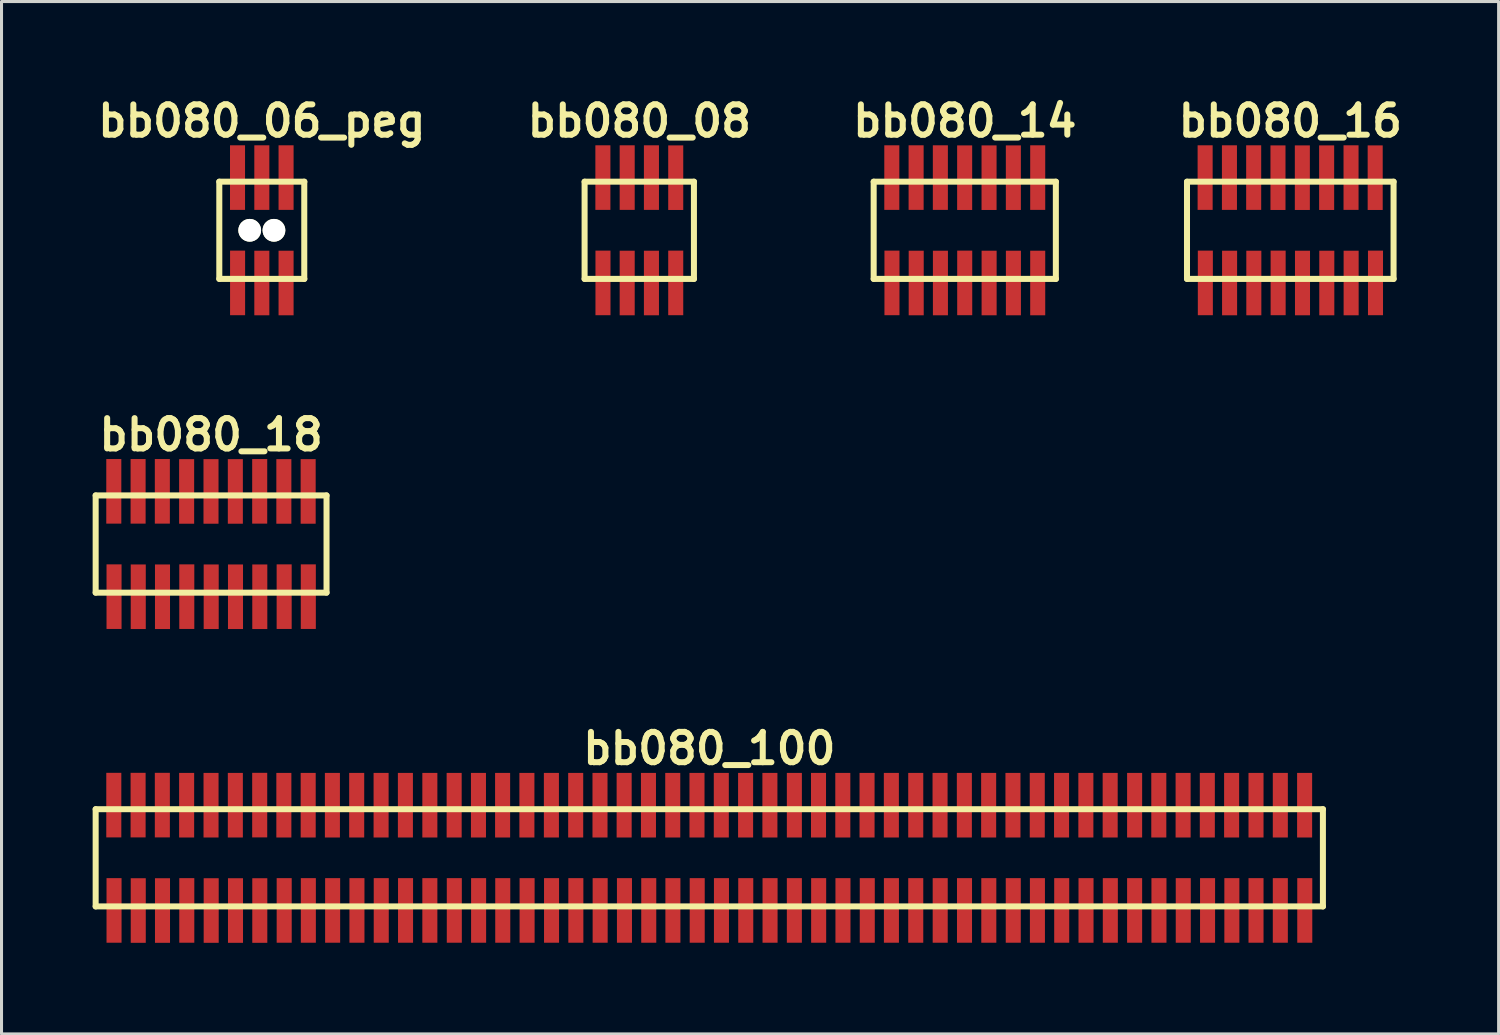
<source format=kicad_pcb>
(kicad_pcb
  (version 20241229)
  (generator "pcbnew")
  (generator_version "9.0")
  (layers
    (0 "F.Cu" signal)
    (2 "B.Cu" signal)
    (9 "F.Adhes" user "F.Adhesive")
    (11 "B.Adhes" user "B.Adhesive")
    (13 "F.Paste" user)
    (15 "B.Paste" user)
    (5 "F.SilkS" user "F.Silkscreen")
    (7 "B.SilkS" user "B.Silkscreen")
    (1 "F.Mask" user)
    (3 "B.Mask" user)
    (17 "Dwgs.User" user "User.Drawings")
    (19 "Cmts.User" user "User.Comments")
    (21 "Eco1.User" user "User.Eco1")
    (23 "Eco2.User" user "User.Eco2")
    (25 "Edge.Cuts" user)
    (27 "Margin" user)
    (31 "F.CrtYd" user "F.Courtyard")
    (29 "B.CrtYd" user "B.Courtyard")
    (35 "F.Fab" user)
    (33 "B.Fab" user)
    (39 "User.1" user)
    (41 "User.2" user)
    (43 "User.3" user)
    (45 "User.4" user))
  (footprint "bb080_08"
    (layer "F.Cu")
    (at 17.995 4.531)
    (property "Reference" "bb080_08" (at 0 -3.599 0) (layer "F.SilkS") (effects (font (size 0.998 0.998) (thickness 0.198))))
    (attr through_hole)
    (fp_line (start -1.801 -1.6) (end -1.801 1.6) (stroke (width 0.198) (type solid)) (layer "F.SilkS"))
    (fp_line (start -1.801 -1.6) (end 1.801 -1.6) (stroke (width 0.198) (type solid)) (layer "F.SilkS"))
    (fp_line (start -1.801 1.6) (end 1.801 1.6) (stroke (width 0.198) (type solid)) (layer "F.SilkS"))
    (fp_line (start 1.798 1.6) (end 1.798 -1.6) (stroke (width 0.198) (type solid)) (layer "F.SilkS"))
    (pad "1" smd rect (at -1.196 1.732) (size 0.495 2.126) (layers "F.Cu" "F.Mask" "F.Paste"))
    (pad "2" smd rect (at -1.199 -1.735) (size 0.495 2.126) (layers "F.Cu" "F.Mask" "F.Paste"))
    (pad "3" smd rect (at -0.399 1.735) (size 0.495 2.126) (layers "F.Cu" "F.Mask" "F.Paste"))
    (pad "4" smd rect (at -0.399 -1.735) (size 0.495 2.126) (layers "F.Cu" "F.Mask" "F.Paste"))
    (pad "5" smd rect (at 0.399 1.735) (size 0.495 2.126) (layers "F.Cu" "F.Mask" "F.Paste"))
    (pad "6" smd rect (at 0.399 -1.735) (size 0.495 2.126) (layers "F.Cu" "F.Mask" "F.Paste"))
    (pad "7" smd rect (at 1.199 1.732) (size 0.495 2.126) (layers "F.Cu" "F.Mask" "F.Paste"))
    (pad "8" smd rect (at 1.199 -1.732) (size 0.495 2.126) (layers "F.Cu" "F.Mask" "F.Paste")))
  (footprint "bb080_100"
    (layer "F.Cu")
    (at 20.3 25.188)
    (property "Reference" "bb080_100" (at 0 -3.599 0) (layer "F.SilkS") (effects (font (size 0.998 0.998) (thickness 0.198))))
    (attr through_hole)
    (fp_line (start -20.201 -1.6) (end -20.201 1.6) (stroke (width 0.198) (type solid)) (layer "F.SilkS"))
    (fp_line (start -20.201 -1.6) (end 20.201 -1.6) (stroke (width 0.198) (type solid)) (layer "F.SilkS"))
    (fp_line (start 20.198 1.6) (end 20.198 -1.6) (stroke (width 0.198) (type solid)) (layer "F.SilkS"))
    (fp_line (start 20.201 1.6) (end -20.201 1.6) (stroke (width 0.198) (type solid)) (layer "F.SilkS"))
    (pad "1" smd rect (at -19.596 1.732) (size 0.495 2.126) (layers "F.Cu" "F.Mask" "F.Paste"))
    (pad "2" smd rect (at -19.604 -1.735) (size 0.495 2.126) (layers "F.Cu" "F.Mask" "F.Paste"))
    (pad "3" smd rect (at -18.799 1.735) (size 0.495 2.126) (layers "F.Cu" "F.Mask" "F.Paste"))
    (pad "4" smd rect (at -18.804 -1.735) (size 0.495 2.126) (layers "F.Cu" "F.Mask" "F.Paste"))
    (pad "5" smd rect (at -18.001 1.735) (size 0.495 2.126) (layers "F.Cu" "F.Mask" "F.Paste"))
    (pad "6" smd rect (at -18.006 -1.735) (size 0.495 2.126) (layers "F.Cu" "F.Mask" "F.Paste"))
    (pad "7" smd rect (at -17.201 1.732) (size 0.495 2.126) (layers "F.Cu" "F.Mask" "F.Paste"))
    (pad "8" smd rect (at -17.206 -1.732) (size 0.495 2.126) (layers "F.Cu" "F.Mask" "F.Paste"))
    (pad "9" smd rect (at -16.398 1.735) (size 0.495 2.126) (layers "F.Cu" "F.Mask" "F.Paste"))
    (pad "10" smd rect (at -16.403 -1.732) (size 0.495 2.126) (layers "F.Cu" "F.Mask" "F.Paste"))
    (pad "11" smd rect (at -15.598 1.735) (size 0.495 2.126) (layers "F.Cu" "F.Mask" "F.Paste"))
    (pad "12" smd rect (at -15.603 -1.732) (size 0.495 2.126) (layers "F.Cu" "F.Mask" "F.Paste"))
    (pad "13" smd rect (at -14.798 1.735) (size 0.495 2.126) (layers "F.Cu" "F.Mask" "F.Paste"))
    (pad "14" smd rect (at -14.801 -1.735) (size 0.495 2.126) (layers "F.Cu" "F.Mask" "F.Paste"))
    (pad "15" smd rect (at -13.995 1.732) (size 0.495 2.126) (layers "F.Cu" "F.Mask" "F.Paste"))
    (pad "16" smd rect (at -14.006 -1.732) (size 0.495 2.126) (layers "F.Cu" "F.Mask" "F.Paste"))
    (pad "17" smd rect (at -13.2 1.732) (size 0.495 2.126) (layers "F.Cu" "F.Mask" "F.Paste"))
    (pad "18" smd rect (at -13.205 -1.732) (size 0.495 2.126) (layers "F.Cu" "F.Mask" "F.Paste"))
    (pad "19" smd rect (at -12.4 1.732) (size 0.495 2.126) (layers "F.Cu" "F.Mask" "F.Paste"))
    (pad "20" smd rect (at -12.408 -1.732) (size 0.495 2.126) (layers "F.Cu" "F.Mask" "F.Paste"))
    (pad "21" smd rect (at -11.6 1.732) (size 0.495 2.126) (layers "F.Cu" "F.Mask" "F.Paste"))
    (pad "22" smd rect (at -11.608 -1.732) (size 0.495 2.126) (layers "F.Cu" "F.Mask" "F.Paste"))
    (pad "23" smd rect (at -10.8 1.732) (size 0.495 2.126) (layers "F.Cu" "F.Mask" "F.Paste"))
    (pad "24" smd rect (at -10.805 -1.732) (size 0.495 2.126) (layers "F.Cu" "F.Mask" "F.Paste"))
    (pad "25" smd rect (at -10 1.732) (size 0.495 2.126) (layers "F.Cu" "F.Mask" "F.Paste"))
    (pad "26" smd rect (at -10.005 -1.732) (size 0.495 2.126) (layers "F.Cu" "F.Mask" "F.Paste"))
    (pad "27" smd rect (at -9.2 1.732) (size 0.495 2.126) (layers "F.Cu" "F.Mask" "F.Paste"))
    (pad "28" smd rect (at -9.2 -1.732) (size 0.495 2.126) (layers "F.Cu" "F.Mask" "F.Paste"))
    (pad "29" smd rect (at -8.395 1.732) (size 0.495 2.126) (layers "F.Cu" "F.Mask" "F.Paste"))
    (pad "30" smd rect (at -8.4 -1.732) (size 0.495 2.126) (layers "F.Cu" "F.Mask" "F.Paste"))
    (pad "31" smd rect (at -7.595 1.732) (size 0.495 2.126) (layers "F.Cu" "F.Mask" "F.Paste"))
    (pad "32" smd rect (at -7.6 -1.732) (size 0.495 2.126) (layers "F.Cu" "F.Mask" "F.Paste"))
    (pad "33" smd rect (at -6.8 1.732) (size 0.495 2.126) (layers "F.Cu" "F.Mask" "F.Paste"))
    (pad "34" smd rect (at -6.805 -1.732) (size 0.495 2.126) (layers "F.Cu" "F.Mask" "F.Paste"))
    (pad "35" smd rect (at -5.999 1.732) (size 0.495 2.126) (layers "F.Cu" "F.Mask" "F.Paste"))
    (pad "36" smd rect (at -6.005 -1.732) (size 0.495 2.126) (layers "F.Cu" "F.Mask" "F.Paste"))
    (pad "37" smd rect (at -5.194 1.732) (size 0.495 2.126) (layers "F.Cu" "F.Mask" "F.Paste"))
    (pad "38" smd rect (at -5.199 -1.732) (size 0.495 2.126) (layers "F.Cu" "F.Mask" "F.Paste"))
    (pad "39" smd rect (at -4.394 1.732) (size 0.495 2.126) (layers "F.Cu" "F.Mask" "F.Paste"))
    (pad "40" smd rect (at -4.399 -1.732) (size 0.495 2.126) (layers "F.Cu" "F.Mask" "F.Paste"))
    (pad "41" smd rect (at -3.594 1.732) (size 0.495 2.126) (layers "F.Cu" "F.Mask" "F.Paste"))
    (pad "42" smd rect (at -3.599 -1.732) (size 0.495 2.126) (layers "F.Cu" "F.Mask" "F.Paste"))
    (pad "43" smd rect (at -2.794 1.732) (size 0.495 2.126) (layers "F.Cu" "F.Mask" "F.Paste"))
    (pad "44" smd rect (at -2.804 -1.732) (size 0.495 2.126) (layers "F.Cu" "F.Mask" "F.Paste"))
    (pad "45" smd rect (at -1.994 1.732) (size 0.495 2.126) (layers "F.Cu" "F.Mask" "F.Paste"))
    (pad "46" smd rect (at -2.004 -1.732) (size 0.495 2.126) (layers "F.Cu" "F.Mask" "F.Paste"))
    (pad "47" smd rect (at -1.199 1.732) (size 0.495 2.126) (layers "F.Cu" "F.Mask" "F.Paste"))
    (pad "48" smd rect (at -1.204 -1.732) (size 0.495 2.126) (layers "F.Cu" "F.Mask" "F.Paste"))
    (pad "49" smd rect (at -0.399 1.732) (size 0.495 2.126) (layers "F.Cu" "F.Mask" "F.Paste"))
    (pad "50" smd rect (at -0.406 -1.732) (size 0.495 2.126) (layers "F.Cu" "F.Mask" "F.Paste"))
    (pad "51" smd rect (at 0.399 1.732) (size 0.495 2.126) (layers "F.Cu" "F.Mask" "F.Paste"))
    (pad "52" smd rect (at 0.394 -1.732) (size 0.495 2.126) (layers "F.Cu" "F.Mask" "F.Paste"))
    (pad "53" smd rect (at 1.199 1.732) (size 0.495 2.126) (layers "F.Cu" "F.Mask" "F.Paste"))
    (pad "54" smd rect (at 1.194 -1.732) (size 0.495 2.126) (layers "F.Cu" "F.Mask" "F.Paste"))
    (pad "55" smd rect (at 1.999 1.732) (size 0.495 2.126) (layers "F.Cu" "F.Mask" "F.Paste"))
    (pad "56" smd rect (at 1.994 -1.732) (size 0.495 2.126) (layers "F.Cu" "F.Mask" "F.Paste"))
    (pad "57" smd rect (at 2.799 1.732) (size 0.495 2.126) (layers "F.Cu" "F.Mask" "F.Paste"))
    (pad "58" smd rect (at 2.799 -1.732) (size 0.495 2.126) (layers "F.Cu" "F.Mask" "F.Paste"))
    (pad "59" smd rect (at 3.599 1.732) (size 0.495 2.126) (layers "F.Cu" "F.Mask" "F.Paste"))
    (pad "60" smd rect (at 3.594 -1.732) (size 0.495 2.126) (layers "F.Cu" "F.Mask" "F.Paste"))
    (pad "61" smd rect (at 4.399 1.732) (size 0.495 2.126) (layers "F.Cu" "F.Mask" "F.Paste"))
    (pad "62" smd rect (at 4.394 -1.732) (size 0.495 2.126) (layers "F.Cu" "F.Mask" "F.Paste"))
    (pad "63" smd rect (at 5.199 1.732) (size 0.495 2.126) (layers "F.Cu" "F.Mask" "F.Paste"))
    (pad "64" smd rect (at 5.192 -1.732) (size 0.495 2.126) (layers "F.Cu" "F.Mask" "F.Paste"))
    (pad "65" smd rect (at 5.994 1.732) (size 0.495 2.126) (layers "F.Cu" "F.Mask" "F.Paste"))
    (pad "66" smd rect (at 5.992 -1.732) (size 0.495 2.126) (layers "F.Cu" "F.Mask" "F.Paste"))
    (pad "67" smd rect (at 6.795 1.732) (size 0.495 2.126) (layers "F.Cu" "F.Mask" "F.Paste"))
    (pad "68" smd rect (at 6.795 -1.732) (size 0.495 2.126) (layers "F.Cu" "F.Mask" "F.Paste"))
    (pad "69" smd rect (at 7.6 1.732) (size 0.495 2.126) (layers "F.Cu" "F.Mask" "F.Paste"))
    (pad "70" smd rect (at 7.595 -1.732) (size 0.495 2.126) (layers "F.Cu" "F.Mask" "F.Paste"))
    (pad "71" smd rect (at 8.4 1.732) (size 0.495 2.126) (layers "F.Cu" "F.Mask" "F.Paste"))
    (pad "72" smd rect (at 8.395 -1.732) (size 0.495 2.126) (layers "F.Cu" "F.Mask" "F.Paste"))
    (pad "73" smd rect (at 9.2 1.732) (size 0.495 2.126) (layers "F.Cu" "F.Mask" "F.Paste"))
    (pad "74" smd rect (at 9.195 -1.732) (size 0.495 2.126) (layers "F.Cu" "F.Mask" "F.Paste"))
    (pad "75" smd rect (at 10.005 1.732) (size 0.495 2.126) (layers "F.Cu" "F.Mask" "F.Paste"))
    (pad "76" smd rect (at 9.995 -1.732) (size 0.495 2.126) (layers "F.Cu" "F.Mask" "F.Paste"))
    (pad "77" smd rect (at 10.8 1.732) (size 0.495 2.126) (layers "F.Cu" "F.Mask" "F.Paste"))
    (pad "78" smd rect (at 10.795 -1.732) (size 0.495 2.126) (layers "F.Cu" "F.Mask" "F.Paste"))
    (pad "79" smd rect (at 11.6 1.732) (size 0.495 2.126) (layers "F.Cu" "F.Mask" "F.Paste"))
    (pad "80" smd rect (at 11.595 -1.732) (size 0.495 2.126) (layers "F.Cu" "F.Mask" "F.Paste"))
    (pad "81" smd rect (at 12.4 1.732) (size 0.495 2.126) (layers "F.Cu" "F.Mask" "F.Paste"))
    (pad "82" smd rect (at 12.395 -1.732) (size 0.495 2.126) (layers "F.Cu" "F.Mask" "F.Paste"))
    (pad "83" smd rect (at 13.2 1.732) (size 0.495 2.126) (layers "F.Cu" "F.Mask" "F.Paste"))
    (pad "84" smd rect (at 13.195 -1.732) (size 0.495 2.126) (layers "F.Cu" "F.Mask" "F.Paste"))
    (pad "85" smd rect (at 14 1.732) (size 0.495 2.126) (layers "F.Cu" "F.Mask" "F.Paste"))
    (pad "86" smd rect (at 14 -1.732) (size 0.495 2.126) (layers "F.Cu" "F.Mask" "F.Paste"))
    (pad "87" smd rect (at 14.801 1.732) (size 0.495 2.126) (layers "F.Cu" "F.Mask" "F.Paste"))
    (pad "88" smd rect (at 14.796 -1.732) (size 0.495 2.126) (layers "F.Cu" "F.Mask" "F.Paste"))
    (pad "89" smd rect (at 15.601 1.732) (size 0.495 2.126) (layers "F.Cu" "F.Mask" "F.Paste"))
    (pad "90" smd rect (at 15.596 -1.732) (size 0.495 2.126) (layers "F.Cu" "F.Mask" "F.Paste"))
    (pad "91" smd rect (at 16.401 1.732) (size 0.495 2.126) (layers "F.Cu" "F.Mask" "F.Paste"))
    (pad "92" smd rect (at 16.393 -1.732) (size 0.495 2.126) (layers "F.Cu" "F.Mask" "F.Paste"))
    (pad "93" smd rect (at 17.201 1.732) (size 0.495 2.126) (layers "F.Cu" "F.Mask" "F.Paste"))
    (pad "94" smd rect (at 17.193 -1.732) (size 0.495 2.126) (layers "F.Cu" "F.Mask" "F.Paste"))
    (pad "95" smd rect (at 17.996 1.732) (size 0.495 2.126) (layers "F.Cu" "F.Mask" "F.Paste"))
    (pad "96" smd rect (at 17.996 -1.732) (size 0.495 2.126) (layers "F.Cu" "F.Mask" "F.Paste"))
    (pad "97" smd rect (at 18.796 1.732) (size 0.495 2.126) (layers "F.Cu" "F.Mask" "F.Paste"))
    (pad "98" smd rect (at 18.796 -1.732) (size 0.495 2.126) (layers "F.Cu" "F.Mask" "F.Paste"))
    (pad "99" smd rect (at 19.601 1.732) (size 0.495 2.126) (layers "F.Cu" "F.Mask" "F.Paste"))
    (pad "100" smd rect (at 19.596 -1.732) (size 0.495 2.126) (layers "F.Cu" "F.Mask" "F.Paste")))
  (footprint "bb080_06_peg"
    (layer "F.Cu")
    (at 5.569 4.531)
    (property "Reference" "bb080_06_peg" (at 0 -3.599 0) (layer "F.SilkS") (effects (font (size 0.998 0.998) (thickness 0.198))))
    (attr through_hole)
    (fp_line (start -1.4 -1.6) (end -1.4 1.6) (stroke (width 0.198) (type solid)) (layer "F.SilkS"))
    (fp_line (start -1.4 1.6) (end 1.4 1.6) (stroke (width 0.198) (type solid)) (layer "F.SilkS"))
    (fp_line (start 1.397 1.6) (end 1.397 -1.6) (stroke (width 0.198) (type solid)) (layer "F.SilkS"))
    (fp_line (start 1.4 -1.6) (end -1.4 -1.6) (stroke (width 0.198) (type solid)) (layer "F.SilkS"))
    (pad "" np_thru_hole circle (at -0.399 0) (size 0.749 0.749) (drill 0.749) (layers "*.Cu" "*.Mask" "F.SilkS"))
    (pad "" np_thru_hole circle (at 0.399 0) (size 0.749 0.749) (drill 0.749) (layers "*.Cu" "*.Mask" "F.SilkS"))
    (pad "1" smd rect (at -0.798 1.732) (size 0.495 2.126) (layers "F.Cu" "F.Mask" "F.Paste"))
    (pad "2" smd rect (at -0.8 -1.735) (size 0.495 2.126) (layers "F.Cu" "F.Mask" "F.Paste"))
    (pad "3" smd rect (at 0 1.735) (size 0.495 2.126) (layers "F.Cu" "F.Mask" "F.Paste"))
    (pad "4" smd rect (at 0 -1.735) (size 0.495 2.126) (layers "F.Cu" "F.Mask" "F.Paste"))
    (pad "5" smd rect (at 0.798 1.735) (size 0.495 2.126) (layers "F.Cu" "F.Mask" "F.Paste"))
    (pad "6" smd rect (at 0.798 -1.735) (size 0.495 2.126) (layers "F.Cu" "F.Mask" "F.Paste")))
  (footprint "bb080_16"
    (layer "F.Cu")
    (at 39.425 4.531)
    (property "Reference" "bb080_16" (at 0 -3.599 0) (layer "F.SilkS") (effects (font (size 0.998 0.998) (thickness 0.198))))
    (attr through_hole)
    (fp_line (start -3.401 -1.6) (end -3.401 1.6) (stroke (width 0.198) (type solid)) (layer "F.SilkS"))
    (fp_line (start -3.401 1.6) (end 3.401 1.6) (stroke (width 0.198) (type solid)) (layer "F.SilkS"))
    (fp_line (start 3.399 1.6) (end 3.399 -1.6) (stroke (width 0.198) (type solid)) (layer "F.SilkS"))
    (fp_line (start 3.401 -1.6) (end -3.401 -1.6) (stroke (width 0.198) (type solid)) (layer "F.SilkS"))
    (pad "1" smd rect (at -2.797 1.732) (size 0.495 2.126) (layers "F.Cu" "F.Mask" "F.Paste"))
    (pad "2" smd rect (at -2.804 -1.735) (size 0.495 2.126) (layers "F.Cu" "F.Mask" "F.Paste"))
    (pad "3" smd rect (at -1.999 1.735) (size 0.495 2.126) (layers "F.Cu" "F.Mask" "F.Paste"))
    (pad "4" smd rect (at -2.004 -1.735) (size 0.495 2.126) (layers "F.Cu" "F.Mask" "F.Paste"))
    (pad "5" smd rect (at -1.201 1.735) (size 0.495 2.126) (layers "F.Cu" "F.Mask" "F.Paste"))
    (pad "6" smd rect (at -1.206 -1.735) (size 0.495 2.126) (layers "F.Cu" "F.Mask" "F.Paste"))
    (pad "7" smd rect (at -0.401 1.732) (size 0.495 2.126) (layers "F.Cu" "F.Mask" "F.Paste"))
    (pad "8" smd rect (at -0.406 -1.732) (size 0.495 2.126) (layers "F.Cu" "F.Mask" "F.Paste"))
    (pad "9" smd rect (at 0.401 1.735) (size 0.495 2.126) (layers "F.Cu" "F.Mask" "F.Paste"))
    (pad "10" smd rect (at 0.396 -1.732) (size 0.495 2.126) (layers "F.Cu" "F.Mask" "F.Paste"))
    (pad "11" smd rect (at 1.201 1.735) (size 0.495 2.126) (layers "F.Cu" "F.Mask" "F.Paste"))
    (pad "12" smd rect (at 1.196 -1.732) (size 0.495 2.126) (layers "F.Cu" "F.Mask" "F.Paste"))
    (pad "13" smd rect (at 2.002 1.735) (size 0.495 2.126) (layers "F.Cu" "F.Mask" "F.Paste"))
    (pad "14" smd rect (at 1.999 -1.735) (size 0.495 2.126) (layers "F.Cu" "F.Mask" "F.Paste"))
    (pad "15" smd rect (at 2.804 1.732) (size 0.495 2.126) (layers "F.Cu" "F.Mask" "F.Paste"))
    (pad "16" smd rect (at 2.794 -1.732) (size 0.495 2.126) (layers "F.Cu" "F.Mask" "F.Paste")))
  (footprint "bb080_14"
    (layer "F.Cu")
    (at 28.71 4.531)
    (property "Reference" "bb080_14" (at 0 -3.599 0) (layer "F.SilkS") (effects (font (size 0.998 0.998) (thickness 0.198))))
    (attr through_hole)
    (fp_line (start -3 -1.6) (end -3 1.6) (stroke (width 0.198) (type solid)) (layer "F.SilkS"))
    (fp_line (start -3 1.6) (end 3 1.6) (stroke (width 0.198) (type solid)) (layer "F.SilkS"))
    (fp_line (start 2.997 1.6) (end 2.997 -1.6) (stroke (width 0.198) (type solid)) (layer "F.SilkS"))
    (fp_line (start 3 -1.6) (end -3 -1.6) (stroke (width 0.198) (type solid)) (layer "F.SilkS"))
    (pad "1" smd rect (at -2.398 1.732) (size 0.495 2.126) (layers "F.Cu" "F.Mask" "F.Paste"))
    (pad "2" smd rect (at -2.403 -1.735) (size 0.495 2.126) (layers "F.Cu" "F.Mask" "F.Paste"))
    (pad "3" smd rect (at -1.6 1.735) (size 0.495 2.126) (layers "F.Cu" "F.Mask" "F.Paste"))
    (pad "4" smd rect (at -1.603 -1.735) (size 0.495 2.126) (layers "F.Cu" "F.Mask" "F.Paste"))
    (pad "5" smd rect (at -0.803 1.735) (size 0.495 2.126) (layers "F.Cu" "F.Mask" "F.Paste"))
    (pad "6" smd rect (at -0.805 -1.735) (size 0.495 2.126) (layers "F.Cu" "F.Mask" "F.Paste"))
    (pad "7" smd rect (at -0.003 1.732) (size 0.495 2.126) (layers "F.Cu" "F.Mask" "F.Paste"))
    (pad "8" smd rect (at -0.005 -1.732) (size 0.495 2.126) (layers "F.Cu" "F.Mask" "F.Paste"))
    (pad "9" smd rect (at 0.8 1.735) (size 0.495 2.126) (layers "F.Cu" "F.Mask" "F.Paste"))
    (pad "10" smd rect (at 0.798 -1.732) (size 0.495 2.126) (layers "F.Cu" "F.Mask" "F.Paste"))
    (pad "11" smd rect (at 1.6 1.735) (size 0.495 2.126) (layers "F.Cu" "F.Mask" "F.Paste"))
    (pad "12" smd rect (at 1.598 -1.732) (size 0.495 2.126) (layers "F.Cu" "F.Mask" "F.Paste"))
    (pad "13" smd rect (at 2.4 1.735) (size 0.495 2.126) (layers "F.Cu" "F.Mask" "F.Paste"))
    (pad "14" smd rect (at 2.4 -1.735) (size 0.495 2.126) (layers "F.Cu" "F.Mask" "F.Paste")))
  (footprint "bb080_18"
    (layer "F.Cu")
    (at 3.899 14.859)
    (property "Reference" "bb080_18" (at 0 -3.599 0) (layer "F.SilkS") (effects (font (size 0.998 0.998) (thickness 0.198))))
    (attr through_hole)
    (fp_line (start -3.8 -1.6) (end -3.8 1.6) (stroke (width 0.198) (type solid)) (layer "F.SilkS"))
    (fp_line (start -3.8 1.6) (end 3.8 1.6) (stroke (width 0.198) (type solid)) (layer "F.SilkS"))
    (fp_line (start 3.8 -1.6) (end -3.8 -1.6) (stroke (width 0.198) (type solid)) (layer "F.SilkS"))
    (fp_line (start 3.8 1.6) (end 3.8 -1.6) (stroke (width 0.198) (type solid)) (layer "F.SilkS"))
    (pad "1" smd rect (at -3.195 1.732) (size 0.495 2.126) (layers "F.Cu" "F.Mask" "F.Paste"))
    (pad "2" smd rect (at -3.203 -1.735) (size 0.495 2.126) (layers "F.Cu" "F.Mask" "F.Paste"))
    (pad "3" smd rect (at -2.398 1.735) (size 0.495 2.126) (layers "F.Cu" "F.Mask" "F.Paste"))
    (pad "4" smd rect (at -2.403 -1.735) (size 0.495 2.126) (layers "F.Cu" "F.Mask" "F.Paste"))
    (pad "5" smd rect (at -1.6 1.735) (size 0.495 2.126) (layers "F.Cu" "F.Mask" "F.Paste"))
    (pad "6" smd rect (at -1.605 -1.735) (size 0.495 2.126) (layers "F.Cu" "F.Mask" "F.Paste"))
    (pad "7" smd rect (at -0.8 1.732) (size 0.495 2.126) (layers "F.Cu" "F.Mask" "F.Paste"))
    (pad "8" smd rect (at -0.805 -1.732) (size 0.495 2.126) (layers "F.Cu" "F.Mask" "F.Paste"))
    (pad "9" smd rect (at 0.003 1.735) (size 0.495 2.126) (layers "F.Cu" "F.Mask" "F.Paste"))
    (pad "10" smd rect (at -0.003 -1.732) (size 0.495 2.126) (layers "F.Cu" "F.Mask" "F.Paste"))
    (pad "11" smd rect (at 0.803 1.735) (size 0.495 2.126) (layers "F.Cu" "F.Mask" "F.Paste"))
    (pad "12" smd rect (at 0.798 -1.732) (size 0.495 2.126) (layers "F.Cu" "F.Mask" "F.Paste"))
    (pad "13" smd rect (at 1.603 1.735) (size 0.495 2.126) (layers "F.Cu" "F.Mask" "F.Paste"))
    (pad "14" smd rect (at 1.6 -1.735) (size 0.495 2.126) (layers "F.Cu" "F.Mask" "F.Paste"))
    (pad "15" smd rect (at 2.405 1.732) (size 0.495 2.126) (layers "F.Cu" "F.Mask" "F.Paste"))
    (pad "16" smd rect (at 2.395 -1.732) (size 0.495 2.126) (layers "F.Cu" "F.Mask" "F.Paste"))
    (pad "17" smd rect (at 3.2 1.732) (size 0.495 2.126) (layers "F.Cu" "F.Mask" "F.Paste"))
    (pad "18" smd rect (at 3.195 -1.732) (size 0.495 2.126) (layers "F.Cu" "F.Mask" "F.Paste")))
  (gr_rect
    (start -3 -3)
    (end 46.282 30.986)
    (stroke (width 0.1) (type default))
    (fill no)
    (layer "Edge.Cuts")))
</source>
